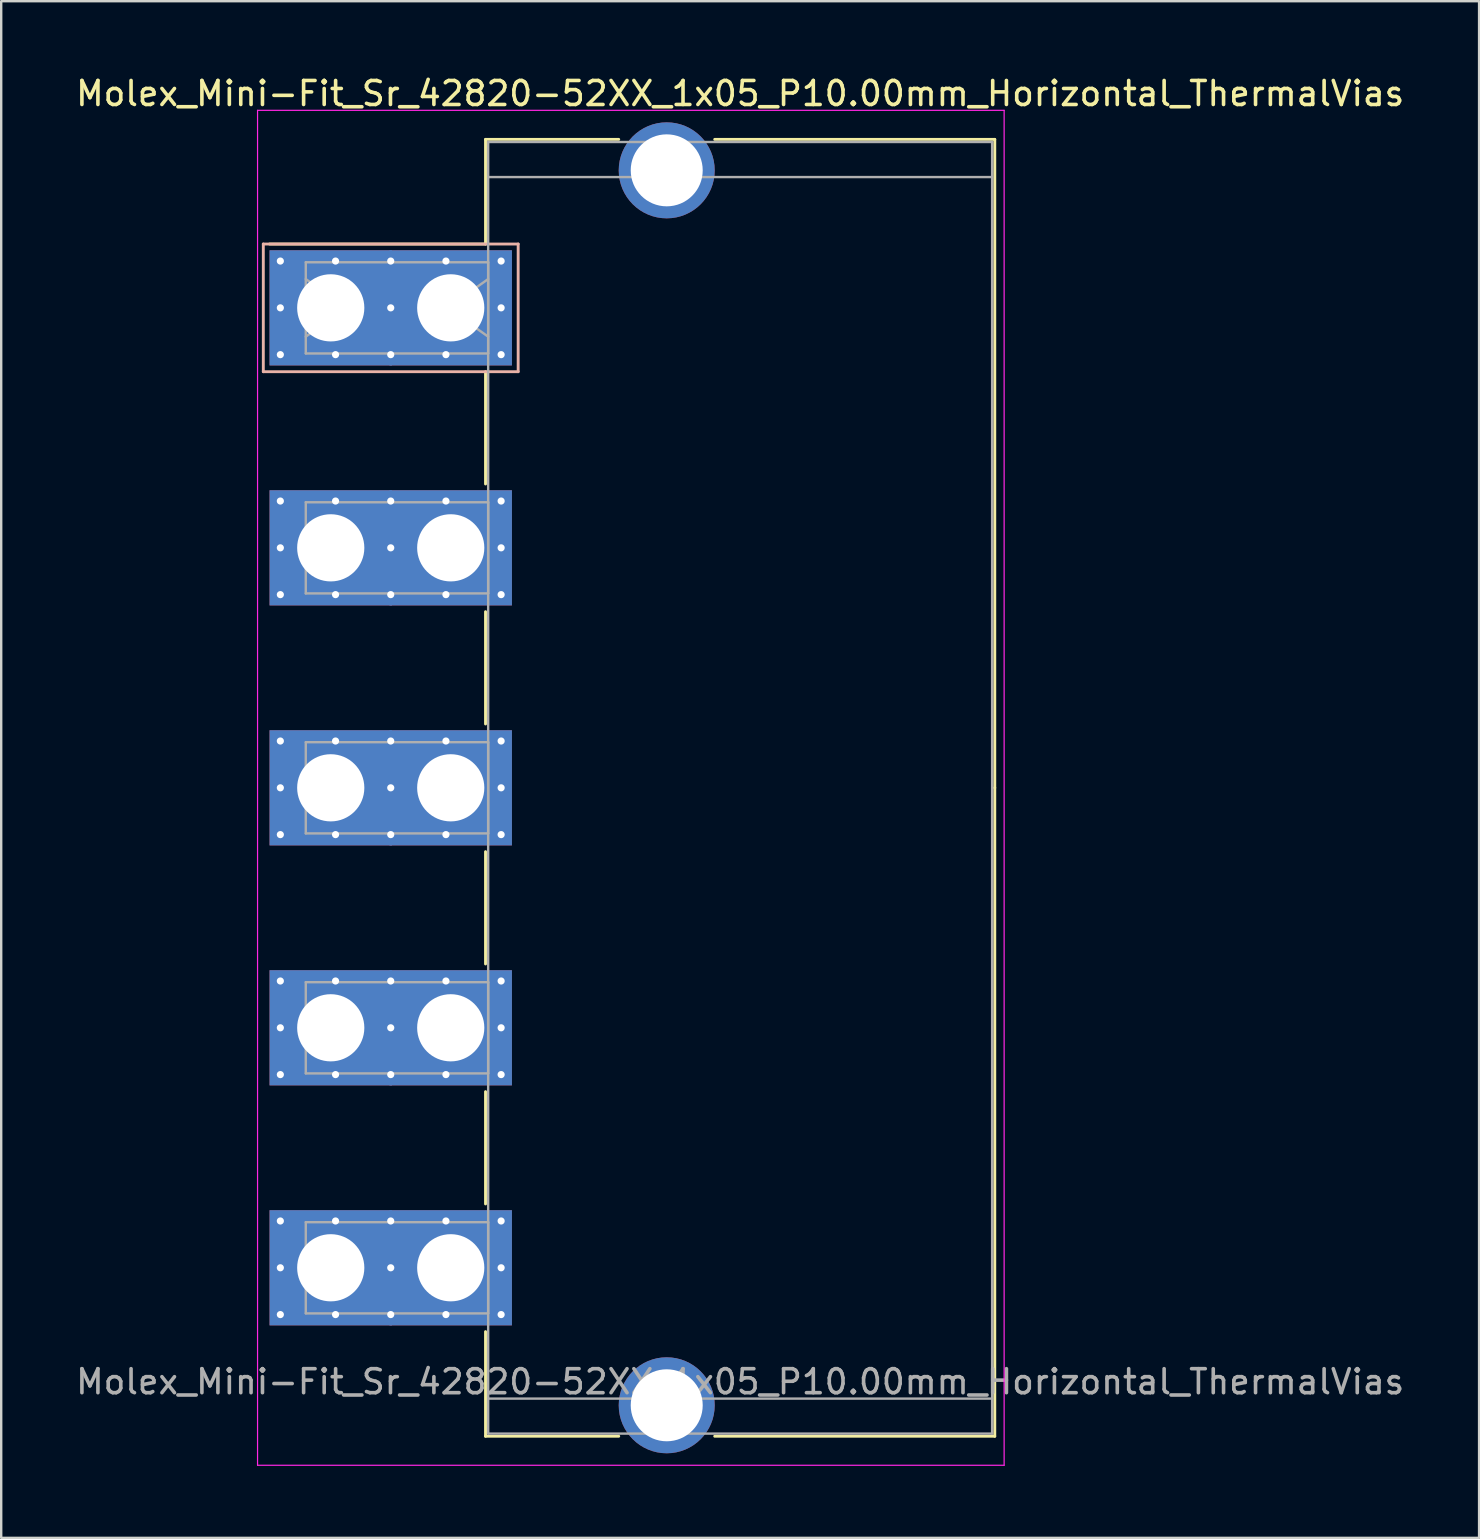
<source format=kicad_pcb>
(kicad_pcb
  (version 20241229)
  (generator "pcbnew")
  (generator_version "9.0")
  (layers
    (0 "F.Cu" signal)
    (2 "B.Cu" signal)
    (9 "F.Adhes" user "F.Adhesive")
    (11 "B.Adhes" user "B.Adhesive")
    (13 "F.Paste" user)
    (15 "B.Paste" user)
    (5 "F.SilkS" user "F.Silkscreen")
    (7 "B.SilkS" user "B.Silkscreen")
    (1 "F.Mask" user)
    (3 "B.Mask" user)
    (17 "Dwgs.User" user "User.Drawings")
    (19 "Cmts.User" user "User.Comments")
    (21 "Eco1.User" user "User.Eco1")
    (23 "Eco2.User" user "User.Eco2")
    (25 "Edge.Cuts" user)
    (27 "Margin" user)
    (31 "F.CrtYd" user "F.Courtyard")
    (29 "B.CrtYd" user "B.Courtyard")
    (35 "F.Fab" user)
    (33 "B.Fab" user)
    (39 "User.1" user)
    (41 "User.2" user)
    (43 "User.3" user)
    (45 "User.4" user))
  (footprint "Molex_Mini-Fit_Sr_42820-52XX_1x05_P10.00mm_Horizontal_ThermalVias"
    (layer "F.Cu")
    (at 10.732 9.778)
    (property "Reference" "Molex_Mini-Fit_Sr_42820-52XX_1x05_P10.00mm_Horizontal_ThermalVias" (at 17.06 -8.93 0) (layer "F.SilkS") (effects (font (size 1 1) (thickness 0.15))))
    (attr through_hole)
    (fp_line (start 6.45 -7.02) (end 12 -7.02) (stroke (width 0.12) (type solid)) (layer "F.SilkS"))
    (fp_line (start 6.45 -2.66) (end -2.55 -2.66) (stroke (width 0.12) (type solid)) (layer "F.SilkS"))
    (fp_line (start 6.45 -2.66) (end 6.45 -7.02) (stroke (width 0.12) (type solid)) (layer "F.SilkS"))
    (fp_line (start 6.45 2.66) (end 6.45 7.34) (stroke (width 0.12) (type solid)) (layer "F.SilkS"))
    (fp_line (start 6.45 12.66) (end 6.45 17.34) (stroke (width 0.12) (type solid)) (layer "F.SilkS"))
    (fp_line (start 6.45 22.66) (end 6.45 27.34) (stroke (width 0.12) (type solid)) (layer "F.SilkS"))
    (fp_line (start 6.45 32.66) (end 6.45 37.34) (stroke (width 0.12) (type solid)) (layer "F.SilkS"))
    (fp_line (start 6.45 42.66) (end 6.45 47.02) (stroke (width 0.12) (type solid)) (layer "F.SilkS"))
    (fp_line (start 6.45 47.02) (end 12 47.02) (stroke (width 0.12) (type solid)) (layer "F.SilkS"))
    (fp_line (start 16 -7.02) (end 27.67 -7.02) (stroke (width 0.12) (type solid)) (layer "F.SilkS"))
    (fp_line (start 16 47.02) (end 27.67 47.02) (stroke (width 0.12) (type solid)) (layer "F.SilkS"))
    (fp_line (start 27.67 -7.02) (end 27.67 20) (stroke (width 0.12) (type solid)) (layer "F.SilkS"))
    (fp_line (start 27.67 47.02) (end 27.67 20) (stroke (width 0.12) (type solid)) (layer "F.SilkS"))
    (fp_line (start -2.81 -2.66) (end -2.81 2.66) (stroke (width 0.12) (type solid)) (layer "B.SilkS"))
    (fp_line (start -2.81 2.66) (end 7.81 2.66) (stroke (width 0.12) (type solid)) (layer "B.SilkS"))
    (fp_line (start 7.81 -2.66) (end -2.81 -2.66) (stroke (width 0.12) (type solid)) (layer "B.SilkS"))
    (fp_line (start 7.81 2.66) (end 7.81 -2.66) (stroke (width 0.12) (type solid)) (layer "B.SilkS"))
    (fp_line (start -3.05 -8.23) (end -3.05 48.23) (stroke (width 0.05) (type solid)) (layer "F.CrtYd"))
    (fp_line (start -3.05 48.23) (end 28.06 48.23) (stroke (width 0.05) (type solid)) (layer "F.CrtYd"))
    (fp_line (start 28.06 -8.23) (end -3.05 -8.23) (stroke (width 0.05) (type solid)) (layer "F.CrtYd"))
    (fp_line (start 28.06 48.23) (end 28.06 -8.23) (stroke (width 0.05) (type solid)) (layer "F.CrtYd"))
    (fp_line (start -1.04 -1.9) (end 6.56 -1.9) (stroke (width 0.1) (type solid)) (layer "F.Fab"))
    (fp_line (start -1.04 -1.2) (end 0.657 0) (stroke (width 0.1) (type solid)) (layer "F.Fab"))
    (fp_line (start -1.04 1.9) (end -1.04 -1.9) (stroke (width 0.1) (type solid)) (layer "F.Fab"))
    (fp_line (start -1.04 8.1) (end 6.56 8.1) (stroke (width 0.1) (type solid)) (layer "F.Fab"))
    (fp_line (start -1.04 11.9) (end -1.04 8.1) (stroke (width 0.1) (type solid)) (layer "F.Fab"))
    (fp_line (start -1.04 18.1) (end 6.56 18.1) (stroke (width 0.1) (type solid)) (layer "F.Fab"))
    (fp_line (start -1.04 21.9) (end -1.04 18.1) (stroke (width 0.1) (type solid)) (layer "F.Fab"))
    (fp_line (start -1.04 28.1) (end 6.56 28.1) (stroke (width 0.1) (type solid)) (layer "F.Fab"))
    (fp_line (start -1.04 31.9) (end -1.04 28.1) (stroke (width 0.1) (type solid)) (layer "F.Fab"))
    (fp_line (start -1.04 38.1) (end 6.56 38.1) (stroke (width 0.1) (type solid)) (layer "F.Fab"))
    (fp_line (start -1.04 41.9) (end -1.04 38.1) (stroke (width 0.1) (type solid)) (layer "F.Fab"))
    (fp_line (start 0.657 0) (end -1.04 1.2) (stroke (width 0.1) (type solid)) (layer "F.Fab"))
    (fp_line (start 4.863 0) (end 6.56 1.2) (stroke (width 0.1) (type solid)) (layer "F.Fab"))
    (fp_line (start 6.56 -6.91) (end 6.56 46.91) (stroke (width 0.1) (type solid)) (layer "F.Fab"))
    (fp_line (start 6.56 -5.45) (end 27.56 -5.45) (stroke (width 0.1) (type solid)) (layer "F.Fab"))
    (fp_line (start 6.56 -1.9) (end 6.56 1.9) (stroke (width 0.1) (type solid)) (layer "F.Fab"))
    (fp_line (start 6.56 -1.2) (end 4.863 0) (stroke (width 0.1) (type solid)) (layer "F.Fab"))
    (fp_line (start 6.56 1.9) (end -1.04 1.9) (stroke (width 0.1) (type solid)) (layer "F.Fab"))
    (fp_line (start 6.56 8.1) (end 6.56 11.9) (stroke (width 0.1) (type solid)) (layer "F.Fab"))
    (fp_line (start 6.56 11.9) (end -1.04 11.9) (stroke (width 0.1) (type solid)) (layer "F.Fab"))
    (fp_line (start 6.56 18.1) (end 6.56 21.9) (stroke (width 0.1) (type solid)) (layer "F.Fab"))
    (fp_line (start 6.56 21.9) (end -1.04 21.9) (stroke (width 0.1) (type solid)) (layer "F.Fab"))
    (fp_line (start 6.56 28.1) (end 6.56 31.9) (stroke (width 0.1) (type solid)) (layer "F.Fab"))
    (fp_line (start 6.56 31.9) (end -1.04 31.9) (stroke (width 0.1) (type solid)) (layer "F.Fab"))
    (fp_line (start 6.56 38.1) (end 6.56 41.9) (stroke (width 0.1) (type solid)) (layer "F.Fab"))
    (fp_line (start 6.56 41.9) (end -1.04 41.9) (stroke (width 0.1) (type solid)) (layer "F.Fab"))
    (fp_line (start 6.56 45.45) (end 27.56 45.45) (stroke (width 0.1) (type solid)) (layer "F.Fab"))
    (fp_line (start 6.56 46.91) (end 27.56 46.91) (stroke (width 0.1) (type solid)) (layer "F.Fab"))
    (fp_line (start 27.56 -6.91) (end 6.56 -6.91) (stroke (width 0.1) (type solid)) (layer "F.Fab"))
    (fp_line (start 27.56 46.91) (end 27.56 -6.91) (stroke (width 0.1) (type solid)) (layer "F.Fab"))
    (fp_text user "${REFERENCE}" (at 17.06 44.75 0) (layer "F.Fab") (effects (font (size 1 1) (thickness 0.15))))
    (pad "" thru_hole circle (at 14 -5.73) (size 4 4) (drill 3) (layers "*.Cu" "*.Mask"))
    (pad "" thru_hole circle (at 14 45.73) (size 4 4) (drill 3) (layers "*.Cu" "*.Mask"))
    (pad "1" thru_hole roundrect (at -2.1 -1.95) (size 0.6 0.6) (drill 0.3) (layers "*.Cu" "*.Mask") (roundrect_rratio 0.25))
    (pad "1" thru_hole roundrect (at -2.1 0) (size 0.6 0.6) (drill 0.3) (layers "*.Cu" "*.Mask") (roundrect_rratio 0.25))
    (pad "1" thru_hole roundrect (at -2.1 1.95) (size 0.6 0.6) (drill 0.3) (layers "*.Cu" "*.Mask") (roundrect_rratio 0.25))
    (pad "1" thru_hole rect (at 0 0) (size 5.1 4.8) (drill 2.8) (layers "*.Cu" "*.Mask"))
    (pad "1" thru_hole roundrect (at 0.2 -1.95) (size 0.6 0.6) (drill 0.3) (layers "*.Cu" "*.Mask") (roundrect_rratio 0.25))
    (pad "1" thru_hole roundrect (at 0.2 1.95) (size 0.6 0.6) (drill 0.3) (layers "*.Cu" "*.Mask") (roundrect_rratio 0.25))
    (pad "1" thru_hole roundrect (at 2.5 -1.95) (size 0.6 0.6) (drill 0.3) (layers "*.Cu" "*.Mask") (roundrect_rratio 0.25))
    (pad "1" thru_hole roundrect (at 2.5 0) (size 0.6 0.6) (drill 0.3) (layers "*.Cu" "*.Mask") (roundrect_rratio 0.25))
    (pad "1" thru_hole roundrect (at 2.5 1.95) (size 0.6 0.6) (drill 0.3) (layers "*.Cu" "*.Mask") (roundrect_rratio 0.25))
    (pad "1" thru_hole roundrect (at 4.8 -1.95) (size 0.6 0.6) (drill 0.3) (layers "*.Cu" "*.Mask") (roundrect_rratio 0.25))
    (pad "1" thru_hole roundrect (at 4.8 1.95) (size 0.6 0.6) (drill 0.3) (layers "*.Cu" "*.Mask") (roundrect_rratio 0.25))
    (pad "1" thru_hole rect (at 5 0) (size 5.1 4.8) (drill 2.8) (layers "*.Cu" "*.Mask"))
    (pad "1" thru_hole roundrect (at 7.1 -1.95) (size 0.6 0.6) (drill 0.3) (layers "*.Cu" "*.Mask") (roundrect_rratio 0.25))
    (pad "1" thru_hole roundrect (at 7.1 0) (size 0.6 0.6) (drill 0.3) (layers "*.Cu" "*.Mask") (roundrect_rratio 0.25))
    (pad "1" thru_hole roundrect (at 7.1 1.95) (size 0.6 0.6) (drill 0.3) (layers "*.Cu" "*.Mask") (roundrect_rratio 0.25))
    (pad "2" thru_hole circle (at -2.1 8.05) (size 0.6 0.6) (drill 0.3) (layers "*.Cu" "*.Mask"))
    (pad "2" thru_hole circle (at -2.1 10) (size 0.6 0.6) (drill 0.3) (layers "*.Cu" "*.Mask"))
    (pad "2" thru_hole circle (at -2.1 11.95) (size 0.6 0.6) (drill 0.3) (layers "*.Cu" "*.Mask"))
    (pad "2" thru_hole rect (at 0 10) (size 5.1 4.8) (drill 2.8) (layers "*.Cu" "*.Mask"))
    (pad "2" thru_hole circle (at 0.2 8.05) (size 0.6 0.6) (drill 0.3) (layers "*.Cu" "*.Mask"))
    (pad "2" thru_hole circle (at 0.2 11.95) (size 0.6 0.6) (drill 0.3) (layers "*.Cu" "*.Mask"))
    (pad "2" thru_hole circle (at 2.5 8.05) (size 0.6 0.6) (drill 0.3) (layers "*.Cu" "*.Mask"))
    (pad "2" thru_hole circle (at 2.5 10) (size 0.6 0.6) (drill 0.3) (layers "*.Cu" "*.Mask"))
    (pad "2" thru_hole circle (at 2.5 11.95) (size 0.6 0.6) (drill 0.3) (layers "*.Cu" "*.Mask"))
    (pad "2" thru_hole circle (at 4.8 8.05) (size 0.6 0.6) (drill 0.3) (layers "*.Cu" "*.Mask"))
    (pad "2" thru_hole circle (at 4.8 11.95) (size 0.6 0.6) (drill 0.3) (layers "*.Cu" "*.Mask"))
    (pad "2" thru_hole rect (at 5 10) (size 5.1 4.8) (drill 2.8) (layers "*.Cu" "*.Mask"))
    (pad "2" thru_hole circle (at 7.1 8.05) (size 0.6 0.6) (drill 0.3) (layers "*.Cu" "*.Mask"))
    (pad "2" thru_hole circle (at 7.1 10) (size 0.6 0.6) (drill 0.3) (layers "*.Cu" "*.Mask"))
    (pad "2" thru_hole circle (at 7.1 11.95) (size 0.6 0.6) (drill 0.3) (layers "*.Cu" "*.Mask"))
    (pad "3" thru_hole circle (at -2.1 18.05) (size 0.6 0.6) (drill 0.3) (layers "*.Cu" "*.Mask"))
    (pad "3" thru_hole circle (at -2.1 20) (size 0.6 0.6) (drill 0.3) (layers "*.Cu" "*.Mask"))
    (pad "3" thru_hole circle (at -2.1 21.95) (size 0.6 0.6) (drill 0.3) (layers "*.Cu" "*.Mask"))
    (pad "3" thru_hole rect (at 0 20) (size 5.1 4.8) (drill 2.8) (layers "*.Cu" "*.Mask"))
    (pad "3" thru_hole circle (at 0.2 18.05) (size 0.6 0.6) (drill 0.3) (layers "*.Cu" "*.Mask"))
    (pad "3" thru_hole circle (at 0.2 21.95) (size 0.6 0.6) (drill 0.3) (layers "*.Cu" "*.Mask"))
    (pad "3" thru_hole circle (at 2.5 18.05) (size 0.6 0.6) (drill 0.3) (layers "*.Cu" "*.Mask"))
    (pad "3" thru_hole circle (at 2.5 20) (size 0.6 0.6) (drill 0.3) (layers "*.Cu" "*.Mask"))
    (pad "3" thru_hole circle (at 2.5 21.95) (size 0.6 0.6) (drill 0.3) (layers "*.Cu" "*.Mask"))
    (pad "3" thru_hole circle (at 4.8 18.05) (size 0.6 0.6) (drill 0.3) (layers "*.Cu" "*.Mask"))
    (pad "3" thru_hole circle (at 4.8 21.95) (size 0.6 0.6) (drill 0.3) (layers "*.Cu" "*.Mask"))
    (pad "3" thru_hole rect (at 5 20) (size 5.1 4.8) (drill 2.8) (layers "*.Cu" "*.Mask"))
    (pad "3" thru_hole circle (at 7.1 18.05) (size 0.6 0.6) (drill 0.3) (layers "*.Cu" "*.Mask"))
    (pad "3" thru_hole circle (at 7.1 20) (size 0.6 0.6) (drill 0.3) (layers "*.Cu" "*.Mask"))
    (pad "3" thru_hole circle (at 7.1 21.95) (size 0.6 0.6) (drill 0.3) (layers "*.Cu" "*.Mask"))
    (pad "4" thru_hole circle (at -2.1 28.05) (size 0.6 0.6) (drill 0.3) (layers "*.Cu" "*.Mask"))
    (pad "4" thru_hole circle (at -2.1 30) (size 0.6 0.6) (drill 0.3) (layers "*.Cu" "*.Mask"))
    (pad "4" thru_hole circle (at -2.1 31.95) (size 0.6 0.6) (drill 0.3) (layers "*.Cu" "*.Mask"))
    (pad "4" thru_hole rect (at 0 30) (size 5.1 4.8) (drill 2.8) (layers "*.Cu" "*.Mask"))
    (pad "4" thru_hole circle (at 0.2 28.05) (size 0.6 0.6) (drill 0.3) (layers "*.Cu" "*.Mask"))
    (pad "4" thru_hole circle (at 0.2 31.95) (size 0.6 0.6) (drill 0.3) (layers "*.Cu" "*.Mask"))
    (pad "4" thru_hole circle (at 2.5 28.05) (size 0.6 0.6) (drill 0.3) (layers "*.Cu" "*.Mask"))
    (pad "4" thru_hole circle (at 2.5 30) (size 0.6 0.6) (drill 0.3) (layers "*.Cu" "*.Mask"))
    (pad "4" thru_hole circle (at 2.5 31.95) (size 0.6 0.6) (drill 0.3) (layers "*.Cu" "*.Mask"))
    (pad "4" thru_hole circle (at 4.8 28.05) (size 0.6 0.6) (drill 0.3) (layers "*.Cu" "*.Mask"))
    (pad "4" thru_hole circle (at 4.8 31.95) (size 0.6 0.6) (drill 0.3) (layers "*.Cu" "*.Mask"))
    (pad "4" thru_hole rect (at 5 30) (size 5.1 4.8) (drill 2.8) (layers "*.Cu" "*.Mask"))
    (pad "4" thru_hole circle (at 7.1 28.05) (size 0.6 0.6) (drill 0.3) (layers "*.Cu" "*.Mask"))
    (pad "4" thru_hole circle (at 7.1 30) (size 0.6 0.6) (drill 0.3) (layers "*.Cu" "*.Mask"))
    (pad "4" thru_hole circle (at 7.1 31.95) (size 0.6 0.6) (drill 0.3) (layers "*.Cu" "*.Mask"))
    (pad "5" thru_hole circle (at -2.1 38.05) (size 0.6 0.6) (drill 0.3) (layers "*.Cu" "*.Mask"))
    (pad "5" thru_hole circle (at -2.1 40) (size 0.6 0.6) (drill 0.3) (layers "*.Cu" "*.Mask"))
    (pad "5" thru_hole circle (at -2.1 41.95) (size 0.6 0.6) (drill 0.3) (layers "*.Cu" "*.Mask"))
    (pad "5" thru_hole rect (at 0 40) (size 5.1 4.8) (drill 2.8) (layers "*.Cu" "*.Mask"))
    (pad "5" thru_hole circle (at 0.2 38.05) (size 0.6 0.6) (drill 0.3) (layers "*.Cu" "*.Mask"))
    (pad "5" thru_hole circle (at 0.2 41.95) (size 0.6 0.6) (drill 0.3) (layers "*.Cu" "*.Mask"))
    (pad "5" thru_hole circle (at 2.5 38.05) (size 0.6 0.6) (drill 0.3) (layers "*.Cu" "*.Mask"))
    (pad "5" thru_hole circle (at 2.5 40) (size 0.6 0.6) (drill 0.3) (layers "*.Cu" "*.Mask"))
    (pad "5" thru_hole circle (at 2.5 41.95) (size 0.6 0.6) (drill 0.3) (layers "*.Cu" "*.Mask"))
    (pad "5" thru_hole circle (at 4.8 38.05) (size 0.6 0.6) (drill 0.3) (layers "*.Cu" "*.Mask"))
    (pad "5" thru_hole circle (at 4.8 41.95) (size 0.6 0.6) (drill 0.3) (layers "*.Cu" "*.Mask"))
    (pad "5" thru_hole rect (at 5 40) (size 5.1 4.8) (drill 2.8) (layers "*.Cu" "*.Mask"))
    (pad "5" thru_hole circle (at 7.1 38.05) (size 0.6 0.6) (drill 0.3) (layers "*.Cu" "*.Mask"))
    (pad "5" thru_hole circle (at 7.1 40) (size 0.6 0.6) (drill 0.3) (layers "*.Cu" "*.Mask"))
    (pad "5" thru_hole circle (at 7.1 41.95) (size 0.6 0.6) (drill 0.3) (layers "*.Cu" "*.Mask")))
  (gr_rect
    (start -3 -3)
    (end 58.583 61.033)
    (stroke (width 0.1) (type default))
    (fill no)
    (layer "Edge.Cuts")))
</source>
